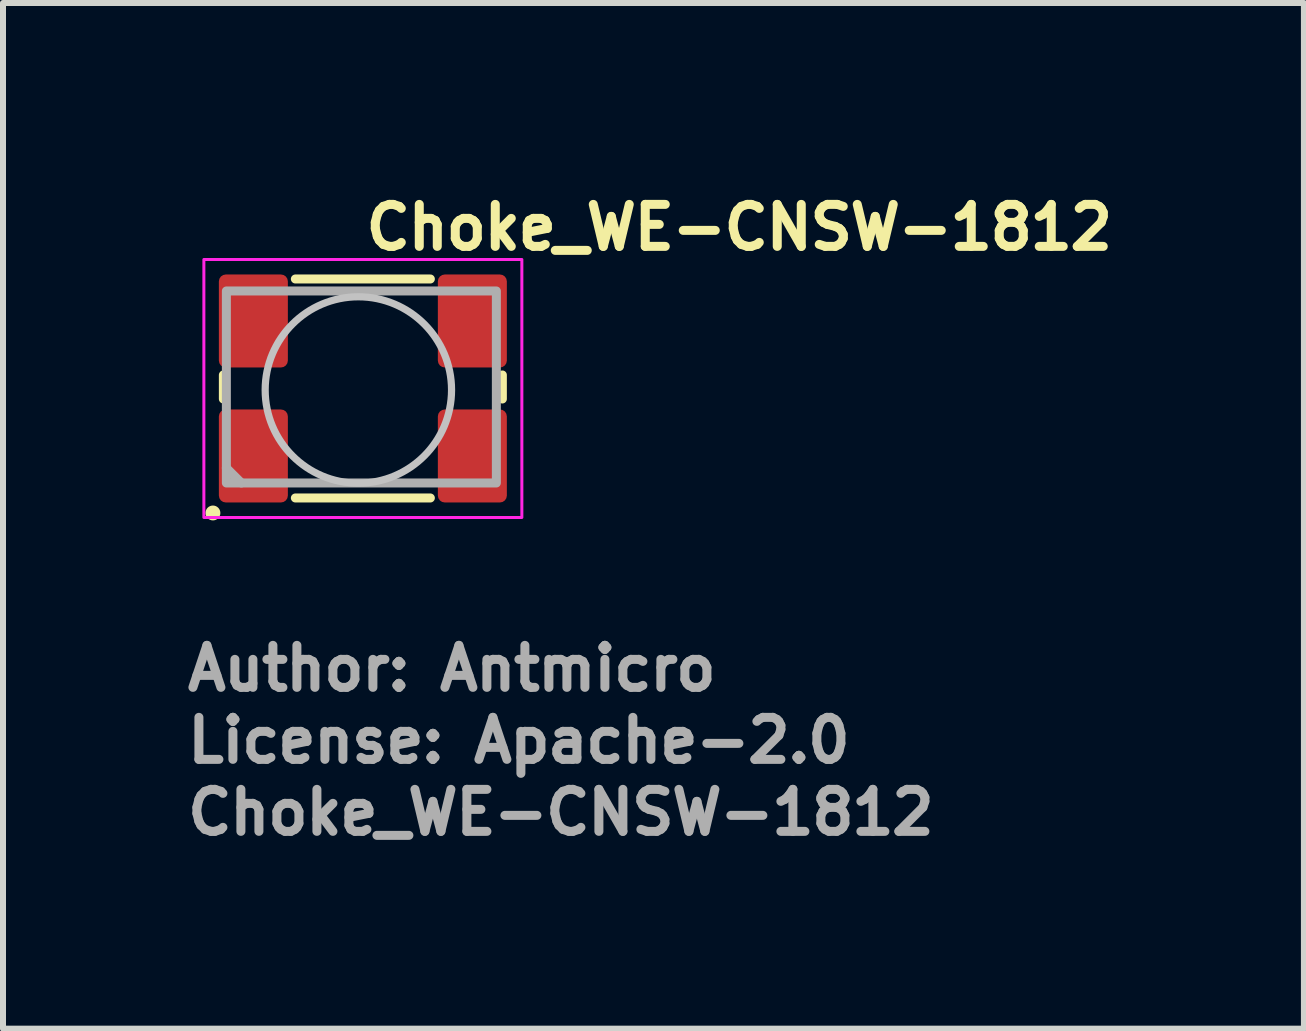
<source format=kicad_pcb>
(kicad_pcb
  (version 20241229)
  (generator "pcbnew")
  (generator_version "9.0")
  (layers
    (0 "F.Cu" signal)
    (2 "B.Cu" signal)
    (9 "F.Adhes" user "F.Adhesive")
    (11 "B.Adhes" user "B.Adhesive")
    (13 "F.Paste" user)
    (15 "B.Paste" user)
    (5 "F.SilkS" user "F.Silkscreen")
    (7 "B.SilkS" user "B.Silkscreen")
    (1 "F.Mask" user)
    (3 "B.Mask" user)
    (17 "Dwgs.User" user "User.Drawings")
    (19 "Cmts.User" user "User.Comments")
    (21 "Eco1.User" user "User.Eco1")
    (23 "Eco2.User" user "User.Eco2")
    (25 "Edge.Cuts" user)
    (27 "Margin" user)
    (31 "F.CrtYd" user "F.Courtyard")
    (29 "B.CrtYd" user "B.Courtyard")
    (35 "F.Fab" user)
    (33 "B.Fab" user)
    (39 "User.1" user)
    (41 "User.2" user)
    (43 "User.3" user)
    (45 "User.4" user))
  (footprint "Choke_WE-CNSW-1812"
    (layer "F.Cu")
    (at 2.973 3.4)
    (property "Reference" "Choke_WE-CNSW-1812" (at 0 -2.25 180) (layer "F.SilkS") (effects (font (size 0.7 0.7) (thickness 0.15)) (justify left bottom)))
    (attr smd)
    (fp_line (start -2.3 -0.2) (end -2.3 0.2) (stroke (width 0.15) (type solid)) (layer "F.SilkS"))
    (fp_line (start -1.1 -1.8) (end 1.15 -1.8) (stroke (width 0.15) (type solid)) (layer "F.SilkS"))
    (fp_line (start -1.1 1.85) (end 1.15 1.85) (stroke (width 0.15) (type solid)) (layer "F.SilkS"))
    (fp_line (start 2.35 -0.2) (end 2.35 0.2) (stroke (width 0.15) (type solid)) (layer "F.SilkS"))
    (fp_circle (center -2.474 2.1) (end -2.425 2.1) (stroke (width 0.15) (type solid)) (fill yes) (layer "F.SilkS"))
    (fp_circle (center -0.05 0.05) (end 0.8 -1.25) (stroke (width 0.12) (type solid)) (fill no) (layer "Dwgs.User"))
    (fp_rect (start -2.625 -2.125) (end 2.675 2.175) (stroke (width 0.05) (type solid)) (fill no) (layer "F.CrtYd"))
    (fp_line (start -2 1.6) (end -2.25 1.35) (stroke (width 0.15) (type solid)) (layer "F.Fab"))
    (fp_rect (start -2.25 -1.6) (end 2.25 1.6) (stroke (width 0.15) (type solid)) (fill no) (layer "F.Fab"))
    (fp_rect (start -2.25 -1.6) (end 2.25 1.6) (stroke (width 0.1) (type solid)) (fill no) (layer "User.5"))
    (fp_line (start -2.25 -1.6) (end 2.25 -1.6) (stroke (width 0.02) (type solid)) (layer "User.9"))
    (fp_line (start -2.25 1.6) (end -2.25 -1.6) (stroke (width 0.02) (type solid)) (layer "User.9"))
    (fp_line (start 2.25 -1.6) (end 2.25 1.6) (stroke (width 0.02) (type solid)) (layer "User.9"))
    (fp_line (start 2.25 1.6) (end -2.25 1.6) (stroke (width 0.02) (type solid)) (layer "User.9"))
    (fp_text user "${REFERENCE}" (at -2.973 7.5 0) (layer "F.Fab") (effects (font (size 0.7 0.7) (thickness 0.15)) (justify left bottom)))
    (fp_text user "Author: Antmicro" (at -2.973 5.1 0) (layer "F.Fab") (effects (font (size 0.7 0.7) (thickness 0.15)) (justify left bottom)))
    (fp_text user "License: Apache-2.0" (at -2.973 6.3 0) (layer "F.Fab") (effects (font (size 0.7 0.7) (thickness 0.15)) (justify left bottom)))
    (pad "1" smd roundrect (at -1.8 1.15 90) (size 1.55 1.15) (layers "F.Cu" "F.Mask" "F.Paste") (roundrect_rratio 0.1))
    (pad "2" smd roundrect (at 1.85 1.15 90) (size 1.55 1.15) (layers "F.Cu" "F.Mask" "F.Paste") (roundrect_rratio 0.1))
    (pad "3" smd roundrect (at 1.85 -1.1 90) (size 1.55 1.15) (layers "F.Cu" "F.Mask" "F.Paste") (roundrect_rratio 0.1))
    (pad "4" smd roundrect (at -1.8 -1.1 90) (size 1.55 1.15) (layers "F.Cu" "F.Mask" "F.Paste") (roundrect_rratio 0.1)))
  (gr_rect
    (start -3 -3)
    (end 18.683 14.095)
    (stroke (width 0.1) (type default))
    (fill no)
    (layer "Edge.Cuts")))
</source>
